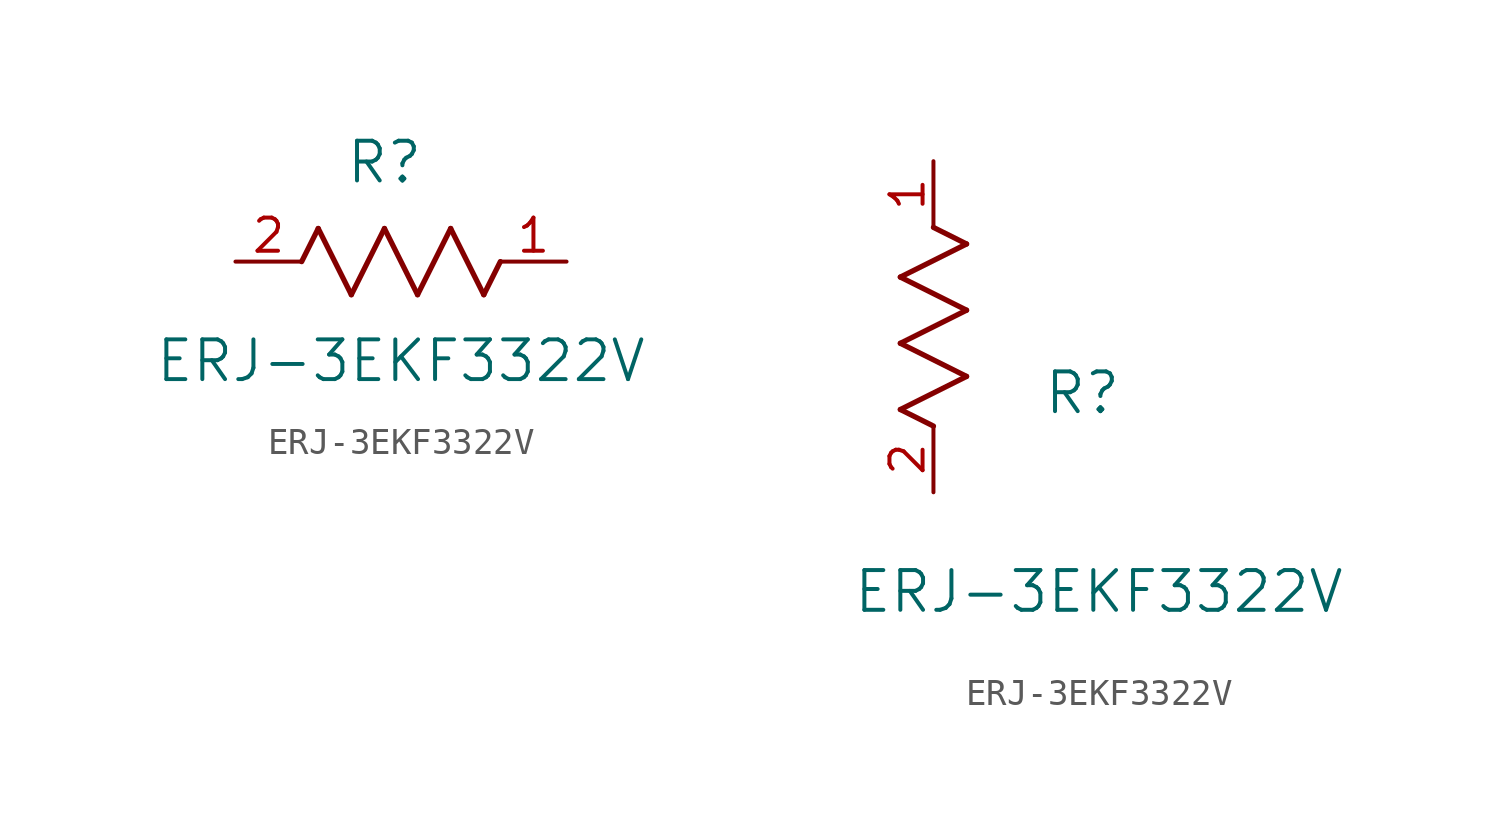
<source format=kicad_sym>
(kicad_symbol_lib
  (version 20211014)
  (generator kicad_symbol_editor)
  (symbol "ERJ-3EKF3322V"
    (pin_names
      (offset 0.254))
    (property "Reference" "R"
      (at 5.715 3.81 0)
      (effects (font (size 1.524 1.524))))
    (property "Value" "ERJ-3EKF3322V"
      (at 6.35 -3.81 0)
      (effects (font (size 1.524 1.524))))
    (symbol "ERJ-3EKF3322V_1_1"
      (polyline (pts (xy 3.175 1.27) (xy 4.445 -1.27)) (stroke (width 0.203) (type default) (color 0 0 0 0)) (fill (type none)))
      (polyline (pts (xy 4.445 -1.27) (xy 5.715 1.27)) (stroke (width 0.203) (type default) (color 0 0 0 0)) (fill (type none)))
      (polyline (pts (xy 5.715 1.27) (xy 6.985 -1.27)) (stroke (width 0.203) (type default) (color 0 0 0 0)) (fill (type none)))
      (polyline (pts (xy 6.985 -1.27) (xy 8.255 1.27)) (stroke (width 0.203) (type default) (color 0 0 0 0)) (fill (type none)))
      (polyline (pts (xy 8.255 1.27) (xy 9.525 -1.27)) (stroke (width 0.203) (type default) (color 0 0 0 0)) (fill (type none)))
      (polyline (pts (xy 2.54 0) (xy 3.175 1.27)) (stroke (width 0.203) (type default) (color 0 0 0 0)) (fill (type none)))
      (polyline (pts (xy 9.525 -1.27) (xy 10.16 0)) (stroke (width 0.203) (type default) (color 0 0 0 0)) (fill (type none)))
      (pin unspecified line (at 12.7 0 180) (length 2.54) (name "" (effects (font (size 1.27 1.27)))) (number "1" (effects (font (size 1.27 1.27)))))
      (pin unspecified line (at 0 0 0) (length 2.54) (name "" (effects (font (size 1.27 1.27)))) (number "2" (effects (font (size 1.27 1.27))))))
    (symbol "ERJ-3EKF3322V_1_2"
      (polyline (pts (xy 0 2.54) (xy -1.27 3.175)) (stroke (width 0.203) (type default) (color 0 0 0 0)) (fill (type none)))
      (polyline (pts (xy -1.27 3.175) (xy 1.27 4.445)) (stroke (width 0.203) (type default) (color 0 0 0 0)) (fill (type none)))
      (polyline (pts (xy 1.27 4.445) (xy -1.27 5.715)) (stroke (width 0.203) (type default) (color 0 0 0 0)) (fill (type none)))
      (polyline (pts (xy -1.27 5.715) (xy 1.27 6.985)) (stroke (width 0.203) (type default) (color 0 0 0 0)) (fill (type none)))
      (polyline (pts (xy -1.27 8.255) (xy 1.27 9.525)) (stroke (width 0.203) (type default) (color 0 0 0 0)) (fill (type none)))
      (polyline (pts (xy 1.27 9.525) (xy 0 10.16)) (stroke (width 0.203) (type default) (color 0 0 0 0)) (fill (type none)))
      (polyline (pts (xy 1.27 6.985) (xy -1.27 8.255)) (stroke (width 0.203) (type default) (color 0 0 0 0)) (fill (type none)))
      (pin unspecified line (at 0 12.7 270) (length 2.54) (name "" (effects (font (size 1.27 1.27)))) (number "1" (effects (font (size 1.27 1.27)))))
      (pin unspecified line (at 0 0 90) (length 2.54) (name "" (effects (font (size 1.27 1.27)))) (number "2" (effects (font (size 1.27 1.27))))))))
</source>
